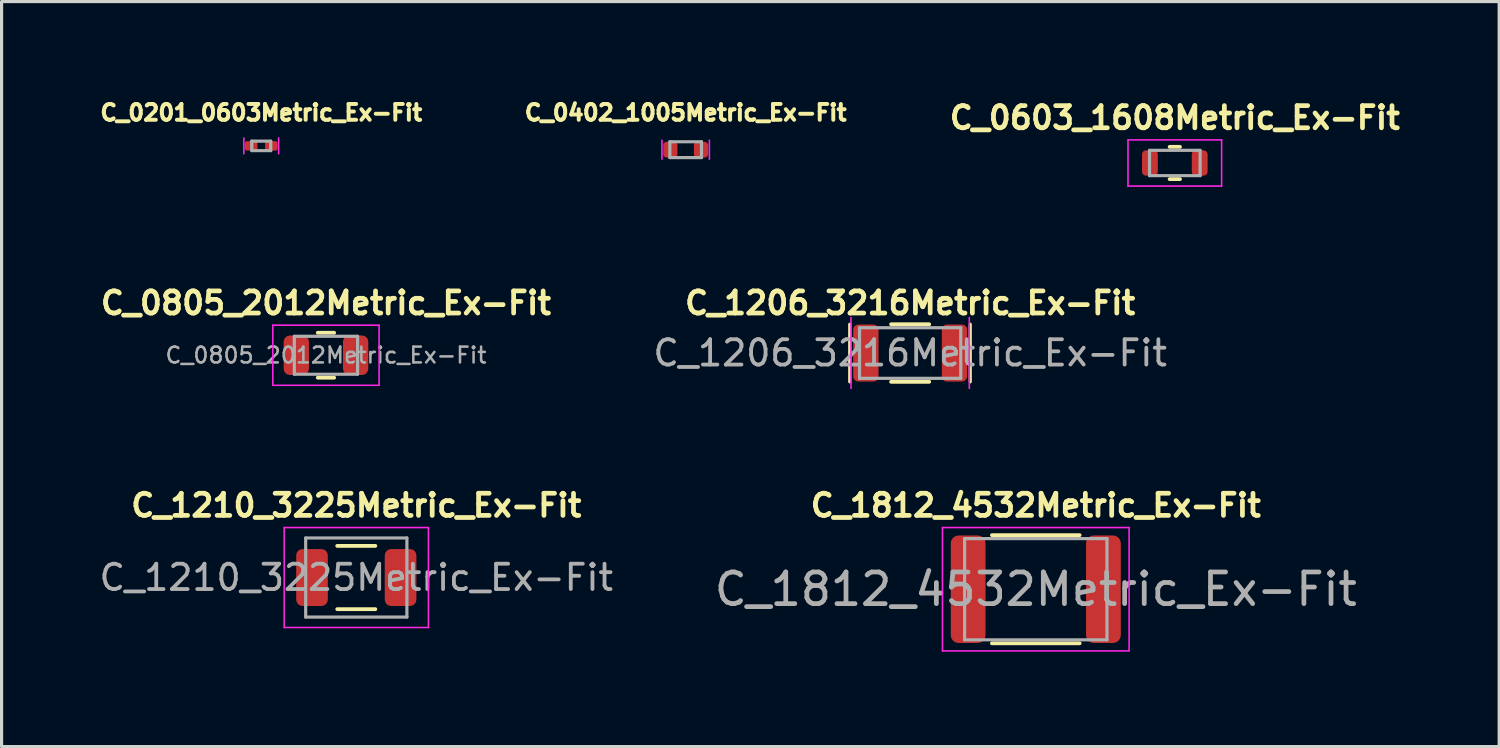
<source format=kicad_pcb>
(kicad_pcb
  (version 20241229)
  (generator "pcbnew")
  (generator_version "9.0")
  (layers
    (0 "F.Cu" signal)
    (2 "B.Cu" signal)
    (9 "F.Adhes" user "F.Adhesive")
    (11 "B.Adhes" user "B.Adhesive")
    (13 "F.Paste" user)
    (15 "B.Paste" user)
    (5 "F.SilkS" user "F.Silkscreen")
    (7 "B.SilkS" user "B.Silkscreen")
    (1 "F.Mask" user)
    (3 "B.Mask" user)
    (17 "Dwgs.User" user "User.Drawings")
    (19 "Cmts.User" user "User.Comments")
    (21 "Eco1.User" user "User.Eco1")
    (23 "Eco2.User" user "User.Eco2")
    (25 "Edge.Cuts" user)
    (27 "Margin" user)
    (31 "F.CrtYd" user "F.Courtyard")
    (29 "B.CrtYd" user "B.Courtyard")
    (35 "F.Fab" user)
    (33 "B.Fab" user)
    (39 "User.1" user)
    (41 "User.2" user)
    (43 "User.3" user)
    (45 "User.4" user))
  (footprint "C_0603_1608Metric_Ex-Fit"
    (layer "F.Cu")
    (at 34.091 2.103)
    (property "Reference" "C_0603_1608Metric_Ex-Fit" (at 0 -1.43 0) (layer "F.SilkS") (effects (font (size 0.7 0.7) (thickness 0.15))))
    (attr smd)
    (fp_line (start -0.163 -0.51) (end 0.163 -0.51) (stroke (width 0.12) (type solid)) (layer "F.SilkS"))
    (fp_line (start -0.163 0.51) (end 0.163 0.51) (stroke (width 0.12) (type solid)) (layer "F.SilkS"))
    (fp_line (start -1.48 -0.73) (end 1.48 -0.73) (stroke (width 0.05) (type solid)) (layer "F.CrtYd"))
    (fp_line (start -1.48 0.73) (end -1.48 -0.73) (stroke (width 0.05) (type solid)) (layer "F.CrtYd"))
    (fp_line (start 1.48 -0.73) (end 1.48 0.73) (stroke (width 0.05) (type solid)) (layer "F.CrtYd"))
    (fp_line (start 1.48 0.73) (end -1.48 0.73) (stroke (width 0.05) (type solid)) (layer "F.CrtYd"))
    (fp_line (start -0.8 -0.4) (end 0.8 -0.4) (stroke (width 0.1) (type solid)) (layer "F.Fab"))
    (fp_line (start -0.8 0.4) (end -0.8 -0.4) (stroke (width 0.1) (type solid)) (layer "F.Fab"))
    (fp_line (start 0.8 -0.4) (end 0.8 0.4) (stroke (width 0.1) (type solid)) (layer "F.Fab"))
    (fp_line (start 0.8 0.4) (end -0.8 0.4) (stroke (width 0.1) (type solid)) (layer "F.Fab"))
    (pad "1" smd roundrect (at -0.787 0) (size 0.5 0.8) (layers "F.Cu" "F.Mask") (roundrect_rratio 0.25))
    (pad "2" smd roundrect (at 0.787 0) (size 0.5 0.8) (layers "F.Cu" "F.Mask") (roundrect_rratio 0.25))
    (pad "3" smd roundrect (at 0.787 0) (size 0.4 0.7) (layers "F.Cu" "F.Paste") (roundrect_rratio 0.25))
    (pad "4" smd roundrect (at -0.787 0) (size 0.4 0.7) (layers "F.Cu" "F.Paste") (roundrect_rratio 0.25)))
  (footprint "C_1210_3225Metric_Ex-Fit"
    (layer "F.Cu")
    (at 8.214 15.208)
    (property "Reference" "C_1210_3225Metric_Ex-Fit" (at 0 -2.28 0) (layer "F.SilkS") (effects (font (size 0.7 0.7) (thickness 0.15))))
    (attr smd)
    (fp_line (start -0.602 -1) (end 0.602 -1) (stroke (width 0.12) (type solid)) (layer "F.SilkS"))
    (fp_line (start -0.602 1) (end 0.602 1) (stroke (width 0.12) (type solid)) (layer "F.SilkS"))
    (fp_line (start -2.28 -1.58) (end 2.28 -1.58) (stroke (width 0.05) (type solid)) (layer "F.CrtYd"))
    (fp_line (start -2.28 1.58) (end -2.28 -1.58) (stroke (width 0.05) (type solid)) (layer "F.CrtYd"))
    (fp_line (start 2.28 -1.58) (end 2.28 1.58) (stroke (width 0.05) (type solid)) (layer "F.CrtYd"))
    (fp_line (start 2.28 1.58) (end -2.28 1.58) (stroke (width 0.05) (type solid)) (layer "F.CrtYd"))
    (fp_line (start -1.6 -1.25) (end 1.6 -1.25) (stroke (width 0.1) (type solid)) (layer "F.Fab"))
    (fp_line (start -1.6 1.25) (end -1.6 -1.25) (stroke (width 0.1) (type solid)) (layer "F.Fab"))
    (fp_line (start 1.6 -1.25) (end 1.6 1.25) (stroke (width 0.1) (type solid)) (layer "F.Fab"))
    (fp_line (start 1.6 1.25) (end -1.6 1.25) (stroke (width 0.1) (type solid)) (layer "F.Fab"))
    (fp_text user "${REFERENCE}" (at 0 0 0) (layer "F.Fab") (effects (font (size 0.8 0.8) (thickness 0.12))))
    (pad "1" smd roundrect (at -1.4 0) (size 1 1.8) (layers "F.Cu" "F.Mask" "F.Paste") (roundrect_rratio 0.2))
    (pad "2" smd roundrect (at 1.4 0) (size 1 1.8) (layers "F.Cu" "F.Mask" "F.Paste") (roundrect_rratio 0.2)))
  (footprint "C_1206_3216Metric_Ex-Fit"
    (layer "F.Cu")
    (at 25.724 8.111)
    (property "Reference" "C_1206_3216Metric_Ex-Fit" (at 0 -1.58 0) (layer "F.SilkS") (effects (font (size 0.7 0.7) (thickness 0.15))))
    (attr smd)
    (fp_line (start -1.91 -0.91) (end -1.91 0.91) (stroke (width 0.1) (type solid)) (layer "F.SilkS"))
    (fp_line (start -0.602 -0.91) (end 0.602 -0.91) (stroke (width 0.12) (type solid)) (layer "F.SilkS"))
    (fp_line (start -0.602 0.91) (end 0.602 0.91) (stroke (width 0.12) (type solid)) (layer "F.SilkS"))
    (fp_line (start 1.9 -0.91) (end 1.9 0.91) (stroke (width 0.1) (type solid)) (layer "F.SilkS"))
    (fp_line (start -1.87 1.12) (end -1.87 -1.12) (stroke (width 0.05) (type solid)) (layer "F.CrtYd"))
    (fp_line (start 1.87 -1.12) (end 1.87 1.12) (stroke (width 0.05) (type solid)) (layer "F.CrtYd"))
    (fp_line (start -1.6 -0.8) (end 1.6 -0.8) (stroke (width 0.1) (type solid)) (layer "F.Fab"))
    (fp_line (start -1.6 0.8) (end -1.6 -0.8) (stroke (width 0.1) (type solid)) (layer "F.Fab"))
    (fp_line (start 1.6 -0.8) (end 1.6 0.8) (stroke (width 0.1) (type solid)) (layer "F.Fab"))
    (fp_line (start 1.6 0.8) (end -1.6 0.8) (stroke (width 0.1) (type solid)) (layer "F.Fab"))
    (fp_text user "${REFERENCE}" (at 0 0 0) (layer "F.Fab") (effects (font (size 0.8 0.8) (thickness 0.12))))
    (pad "1" smd roundrect (at -1.4 0) (size 0.8 1.8) (layers "F.Cu" "F.Mask" "F.Paste") (roundrect_rratio 0.2))
    (pad "2" smd roundrect (at 1.4 0) (size 0.8 1.8) (layers "F.Cu" "F.Mask" "F.Paste") (roundrect_rratio 0.2)))
  (footprint "C_0805_2012Metric_Ex-Fit"
    (layer "F.Cu")
    (at 7.255 8.181)
    (property "Reference" "C_0805_2012Metric_Ex-Fit" (at 0 -1.65 0) (layer "F.SilkS") (effects (font (size 0.7 0.7) (thickness 0.15))))
    (attr smd)
    (fp_line (start -0.259 -0.71) (end 0.259 -0.71) (stroke (width 0.12) (type solid)) (layer "F.SilkS"))
    (fp_line (start -0.259 0.71) (end 0.259 0.71) (stroke (width 0.12) (type solid)) (layer "F.SilkS"))
    (fp_line (start -1.68 -0.95) (end 1.68 -0.95) (stroke (width 0.05) (type solid)) (layer "F.CrtYd"))
    (fp_line (start -1.68 0.95) (end -1.68 -0.95) (stroke (width 0.05) (type solid)) (layer "F.CrtYd"))
    (fp_line (start 1.68 -0.95) (end 1.68 0.95) (stroke (width 0.05) (type solid)) (layer "F.CrtYd"))
    (fp_line (start 1.68 0.95) (end -1.68 0.95) (stroke (width 0.05) (type solid)) (layer "F.CrtYd"))
    (fp_line (start -1 -0.6) (end 1 -0.6) (stroke (width 0.1) (type solid)) (layer "F.Fab"))
    (fp_line (start -1 0.6) (end -1 -0.6) (stroke (width 0.1) (type solid)) (layer "F.Fab"))
    (fp_line (start 1 -0.6) (end 1 0.6) (stroke (width 0.1) (type solid)) (layer "F.Fab"))
    (fp_line (start 1 0.6) (end -1 0.6) (stroke (width 0.1) (type solid)) (layer "F.Fab"))
    (fp_text user "${REFERENCE}" (at 0 0 0) (layer "F.Fab") (effects (font (size 0.5 0.5) (thickness 0.08))))
    (pad "1" smd roundrect (at -0.938 0) (size 0.8 1.25) (layers "F.Cu" "F.Mask") (roundrect_rratio 0.25))
    (pad "2" smd roundrect (at 0.938 0) (size 0.8 1.25) (layers "F.Cu" "F.Mask") (roundrect_rratio 0.25)))
  (footprint "C_0201_0603Metric_Ex-Fit"
    (layer "F.Cu")
    (at 5.209 1.562)
    (property "Reference" "C_0201_0603Metric_Ex-Fit" (at 0 -1.05 0) (layer "F.SilkS") (effects (font (size 0.5 0.5) (thickness 0.125))))
    (attr smd)
    (fp_line (start -0.55 0.25) (end -0.55 -0.25) (stroke (width 0.05) (type solid)) (layer "F.CrtYd"))
    (fp_line (start 0.55 -0.25) (end 0.55 0.25) (stroke (width 0.05) (type solid)) (layer "F.CrtYd"))
    (fp_line (start -0.3 -0.15) (end 0.3 -0.15) (stroke (width 0.1) (type solid)) (layer "F.Fab"))
    (fp_line (start -0.3 0.15) (end -0.3 -0.15) (stroke (width 0.1) (type solid)) (layer "F.Fab"))
    (fp_line (start 0.3 -0.15) (end 0.3 0.15) (stroke (width 0.1) (type solid)) (layer "F.Fab"))
    (fp_line (start 0.3 0.15) (end -0.3 0.15) (stroke (width 0.1) (type solid)) (layer "F.Fab"))
    (pad "" smd roundrect (at -0.345 0) (size 0.318 0.26) (layers "F.Paste") (roundrect_rratio 0.25))
    (pad "" smd roundrect (at 0.345 0) (size 0.318 0.26) (layers "F.Paste") (roundrect_rratio 0.25))
    (pad "1" smd roundrect (at -0.32 0) (size 0.4 0.3) (layers "F.Cu" "F.Mask") (roundrect_rratio 0.25))
    (pad "2" smd roundrect (at 0.32 0) (size 0.4 0.3) (layers "F.Cu" "F.Mask") (roundrect_rratio 0.25)))
  (footprint "C_1812_4532Metric_Ex-Fit"
    (layer "F.Cu")
    (at 29.696 15.578)
    (property "Reference" "C_1812_4532Metric_Ex-Fit" (at 0 -2.65 0) (layer "F.SilkS") (effects (font (size 0.7 0.7) (thickness 0.15))))
    (attr smd)
    (fp_line (start -1.386 -1.71) (end 1.386 -1.71) (stroke (width 0.12) (type solid)) (layer "F.SilkS"))
    (fp_line (start -1.386 1.71) (end 1.386 1.71) (stroke (width 0.12) (type solid)) (layer "F.SilkS"))
    (fp_line (start -2.95 -1.95) (end 2.95 -1.95) (stroke (width 0.05) (type solid)) (layer "F.CrtYd"))
    (fp_line (start -2.95 1.95) (end -2.95 -1.95) (stroke (width 0.05) (type solid)) (layer "F.CrtYd"))
    (fp_line (start 2.95 -1.95) (end 2.95 1.95) (stroke (width 0.05) (type solid)) (layer "F.CrtYd"))
    (fp_line (start 2.95 1.95) (end -2.95 1.95) (stroke (width 0.05) (type solid)) (layer "F.CrtYd"))
    (fp_line (start -2.25 -1.6) (end 2.25 -1.6) (stroke (width 0.1) (type solid)) (layer "F.Fab"))
    (fp_line (start -2.25 1.6) (end -2.25 -1.6) (stroke (width 0.1) (type solid)) (layer "F.Fab"))
    (fp_line (start 2.25 -1.6) (end 2.25 1.6) (stroke (width 0.1) (type solid)) (layer "F.Fab"))
    (fp_line (start 2.25 1.6) (end -2.25 1.6) (stroke (width 0.1) (type solid)) (layer "F.Fab"))
    (fp_text user "${REFERENCE}" (at 0 0 0) (layer "F.Fab") (effects (font (size 1 1) (thickness 0.15))))
    (pad "1" smd roundrect (at -2.138 0) (size 1.1 3.4) (layers "F.Cu" "F.Mask" "F.Paste") (roundrect_rratio 0.222))
    (pad "2" smd roundrect (at 2.138 0) (size 1.1 3.4) (layers "F.Cu" "F.Mask" "F.Paste") (roundrect_rratio 0.222)))
  (footprint "C_0402_1005Metric_Ex-Fit"
    (layer "F.Cu")
    (at 18.627 1.682)
    (property "Reference" "C_0402_1005Metric_Ex-Fit" (at 0 -1.17 0) (layer "F.SilkS") (effects (font (size 0.5 0.5) (thickness 0.125))))
    (attr smd)
    (fp_line (start -0.75 0.3) (end -0.75 -0.3) (stroke (width 0.05) (type solid)) (layer "F.CrtYd"))
    (fp_line (start 0.75 -0.3) (end 0.75 0.3) (stroke (width 0.05) (type solid)) (layer "F.CrtYd"))
    (fp_line (start -0.5 -0.25) (end 0.5 -0.25) (stroke (width 0.1) (type solid)) (layer "F.Fab"))
    (fp_line (start -0.5 0.25) (end -0.5 -0.25) (stroke (width 0.1) (type solid)) (layer "F.Fab"))
    (fp_line (start 0.5 -0.25) (end 0.5 0.25) (stroke (width 0.1) (type solid)) (layer "F.Fab"))
    (fp_line (start 0.5 0.25) (end -0.5 0.25) (stroke (width 0.1) (type solid)) (layer "F.Fab"))
    (pad "1" smd roundrect (at -0.485 0) (size 0.45 0.5) (layers "F.Cu" "F.Mask" "F.Paste") (roundrect_rratio 0.25))
    (pad "2" smd roundrect (at 0.485 0) (size 0.45 0.5) (layers "F.Cu" "F.Mask" "F.Paste") (roundrect_rratio 0.25)))
  (gr_rect
    (start -3 -3)
    (end 44.346 20.553)
    (stroke (width 0.1) (type default))
    (fill no)
    (layer "Edge.Cuts")))
</source>
